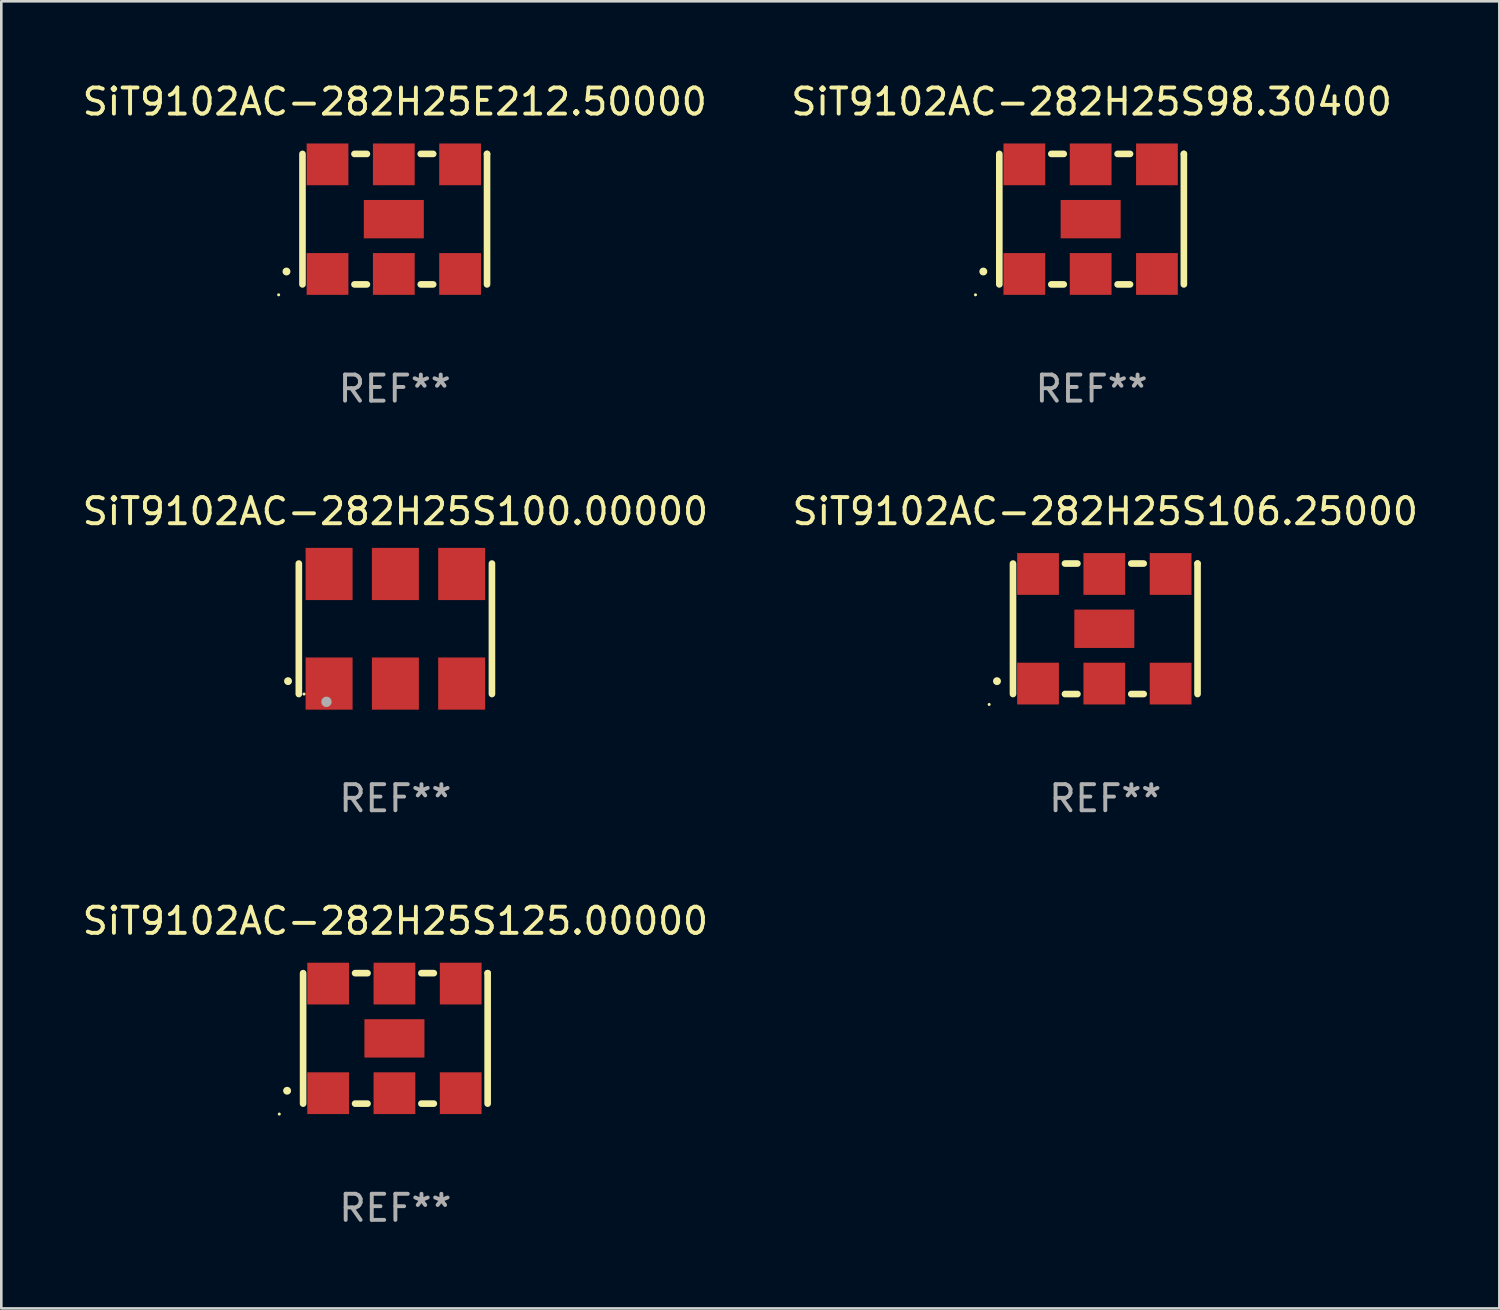
<source format=kicad_pcb>
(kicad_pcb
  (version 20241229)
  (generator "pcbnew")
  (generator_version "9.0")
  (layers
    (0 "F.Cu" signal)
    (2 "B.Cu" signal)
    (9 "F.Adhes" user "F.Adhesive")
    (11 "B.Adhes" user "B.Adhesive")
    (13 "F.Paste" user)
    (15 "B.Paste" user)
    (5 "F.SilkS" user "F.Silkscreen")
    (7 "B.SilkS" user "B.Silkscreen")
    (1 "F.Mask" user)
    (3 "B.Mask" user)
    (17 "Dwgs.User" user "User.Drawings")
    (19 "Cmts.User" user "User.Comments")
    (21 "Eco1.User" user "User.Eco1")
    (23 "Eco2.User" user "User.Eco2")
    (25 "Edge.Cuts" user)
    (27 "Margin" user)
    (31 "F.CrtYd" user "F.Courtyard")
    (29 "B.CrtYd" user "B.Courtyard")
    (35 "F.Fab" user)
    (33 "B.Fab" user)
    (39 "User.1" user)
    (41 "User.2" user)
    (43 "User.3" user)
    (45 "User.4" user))
  (footprint "SiT9102AC-282H25E212.50000"
    (layer "F.Cu")
    (at 12.077 5.348)
    (property "Reference" "SiT9102AC-282H25E212.50000" (at 0 -4.5 0) (layer "F.SilkS") (effects (font (size 1 1) (thickness 0.15))))
    (attr through_hole)
    (fp_line (start -3.536 -2.5) (end -3.536 2.5) (stroke (width 0.254) (type solid)) (layer "F.SilkS"))
    (fp_line (start -1.544 2.5) (end -1.067 2.5) (stroke (width 0.254) (type solid)) (layer "F.SilkS"))
    (fp_line (start -1.067 -2.5) (end -1.544 -2.5) (stroke (width 0.254) (type solid)) (layer "F.SilkS"))
    (fp_line (start 0.996 2.5) (end 1.473 2.5) (stroke (width 0.254) (type solid)) (layer "F.SilkS"))
    (fp_line (start 1.473 -2.5) (end 0.996 -2.5) (stroke (width 0.254) (type solid)) (layer "F.SilkS"))
    (fp_line (start 3.536 -2.5) (end 3.536 -2.5) (stroke (width 0.254) (type solid)) (layer "F.SilkS"))
    (fp_line (start 3.536 2.5) (end 3.536 -2.5) (stroke (width 0.254) (type solid)) (layer "F.SilkS"))
    (fp_arc (start -4.150432 2.006604) (mid -4.149162 2.006599) (end -4.147892 2.006604) (stroke (width 0.3) (type solid)) (layer "F.SilkS"))
    (fp_circle (center -4.449 2.9) (end -4.419 2.9) (stroke (width 0.06) (type solid)) (fill no) (layer "F.SilkS"))
    (fp_text user "REF**" (at 0 6.5 0) (layer "F.Fab") (effects (font (size 1 1) (thickness 0.15))))
    (pad "1" smd rect (at -2.576 2.1) (size 1.6 1.6) (layers "F.Cu" "F.Mask" "F.Paste"))
    (pad "2" smd rect (at -0.036 2.1) (size 1.6 1.6) (layers "F.Cu" "F.Mask" "F.Paste"))
    (pad "3" smd rect (at 2.504 2.1) (size 1.6 1.6) (layers "F.Cu" "F.Mask" "F.Paste"))
    (pad "4" smd rect (at 2.504 -2.1) (size 1.6 1.6) (layers "F.Cu" "F.Mask" "F.Paste"))
    (pad "5" smd rect (at -0.036 -2.1) (size 1.6 1.6) (layers "F.Cu" "F.Mask" "F.Paste"))
    (pad "6" smd rect (at -2.576 -2.1) (size 1.6 1.6) (layers "F.Cu" "F.Mask" "F.Paste"))
    (pad "7" smd rect (at -0.036 0) (size 2.3 1.47) (layers "F.Cu" "F.Mask" "F.Paste")))
  (footprint "SiT9102AC-282H25S106.25000"
    (layer "F.Cu")
    (at 39.304 21.045)
    (property "Reference" "SiT9102AC-282H25S106.25000" (at 0 -4.5 0) (layer "F.SilkS") (effects (font (size 1 1) (thickness 0.15))))
    (attr through_hole)
    (fp_line (start -3.536 -2.5) (end -3.536 2.5) (stroke (width 0.254) (type solid)) (layer "F.SilkS"))
    (fp_line (start -1.544 2.5) (end -1.067 2.5) (stroke (width 0.254) (type solid)) (layer "F.SilkS"))
    (fp_line (start -1.067 -2.5) (end -1.544 -2.5) (stroke (width 0.254) (type solid)) (layer "F.SilkS"))
    (fp_line (start 0.996 2.5) (end 1.473 2.5) (stroke (width 0.254) (type solid)) (layer "F.SilkS"))
    (fp_line (start 1.473 -2.5) (end 0.996 -2.5) (stroke (width 0.254) (type solid)) (layer "F.SilkS"))
    (fp_line (start 3.536 -2.5) (end 3.536 -2.5) (stroke (width 0.254) (type solid)) (layer "F.SilkS"))
    (fp_line (start 3.536 2.5) (end 3.536 -2.5) (stroke (width 0.254) (type solid)) (layer "F.SilkS"))
    (fp_arc (start -4.150432 2.006604) (mid -4.149162 2.006599) (end -4.147892 2.006604) (stroke (width 0.3) (type solid)) (layer "F.SilkS"))
    (fp_circle (center -4.449 2.9) (end -4.419 2.9) (stroke (width 0.06) (type solid)) (fill no) (layer "F.SilkS"))
    (fp_text user "REF**" (at 0 6.5 0) (layer "F.Fab") (effects (font (size 1 1) (thickness 0.15))))
    (pad "1" smd rect (at -2.576 2.1) (size 1.6 1.6) (layers "F.Cu" "F.Mask" "F.Paste"))
    (pad "2" smd rect (at -0.036 2.1) (size 1.6 1.6) (layers "F.Cu" "F.Mask" "F.Paste"))
    (pad "3" smd rect (at 2.504 2.1) (size 1.6 1.6) (layers "F.Cu" "F.Mask" "F.Paste"))
    (pad "4" smd rect (at 2.504 -2.1) (size 1.6 1.6) (layers "F.Cu" "F.Mask" "F.Paste"))
    (pad "5" smd rect (at -0.036 -2.1) (size 1.6 1.6) (layers "F.Cu" "F.Mask" "F.Paste"))
    (pad "6" smd rect (at -2.576 -2.1) (size 1.6 1.6) (layers "F.Cu" "F.Mask" "F.Paste"))
    (pad "7" smd rect (at -0.036 0) (size 2.3 1.47) (layers "F.Cu" "F.Mask" "F.Paste")))
  (footprint "SiT9102AC-282H25S100.00000"
    (layer "F.Cu")
    (at 12.101 21.045)
    (property "Reference" "SiT9102AC-282H25S100.00000" (at 0 -4.5 0) (layer "F.SilkS") (effects (font (size 1 1) (thickness 0.15))))
    (attr through_hole)
    (fp_line (start -3.7 -2.5) (end -3.7 2.5) (stroke (width 0.254) (type solid)) (layer "F.SilkS"))
    (fp_line (start 3.7 -2.5) (end 3.7 2.5) (stroke (width 0.254) (type solid)) (layer "F.SilkS"))
    (fp_arc (start -4.114415 2.006604) (mid -4.113145 2.006599) (end -4.111875 2.006604) (stroke (width 0.3) (type solid)) (layer "F.SilkS"))
    (fp_circle (center -3.5 2.501) (end -3.47 2.501) (stroke (width 0.06) (type solid)) (fill no) (layer "F.SilkS"))
    (fp_circle (center -2.641 2.799) (end -2.541 2.799) (stroke (width 0.2) (type solid)) (fill no) (layer "F.Fab"))
    (fp_text user "REF**" (at 0 6.5 0) (layer "F.Fab") (effects (font (size 1 1) (thickness 0.15))))
    (pad "1" smd rect (at -2.54 2.1) (size 1.8 2) (layers "F.Cu" "F.Mask" "F.Paste"))
    (pad "2" smd rect (at 0.000394 2.1) (size 1.8 2) (layers "F.Cu" "F.Mask" "F.Paste"))
    (pad "3" smd rect (at 2.54 2.1) (size 1.8 2) (layers "F.Cu" "F.Mask" "F.Paste"))
    (pad "4" smd rect (at 2.54 -2.1) (size 1.8 2) (layers "F.Cu" "F.Mask" "F.Paste"))
    (pad "5" smd rect (at 0.000394 -2.1) (size 1.8 2) (layers "F.Cu" "F.Mask" "F.Paste"))
    (pad "6" smd rect (at -2.54 -2.1) (size 1.8 2) (layers "F.Cu" "F.Mask" "F.Paste")))
  (footprint "SiT9102AC-282H25S98.30400"
    (layer "F.Cu")
    (at 38.78 5.348)
    (property "Reference" "SiT9102AC-282H25S98.30400" (at 0 -4.5 0) (layer "F.SilkS") (effects (font (size 1 1) (thickness 0.15))))
    (attr through_hole)
    (fp_line (start -3.536 -2.5) (end -3.536 2.5) (stroke (width 0.254) (type solid)) (layer "F.SilkS"))
    (fp_line (start -1.544 2.5) (end -1.067 2.5) (stroke (width 0.254) (type solid)) (layer "F.SilkS"))
    (fp_line (start -1.067 -2.5) (end -1.544 -2.5) (stroke (width 0.254) (type solid)) (layer "F.SilkS"))
    (fp_line (start 0.996 2.5) (end 1.473 2.5) (stroke (width 0.254) (type solid)) (layer "F.SilkS"))
    (fp_line (start 1.473 -2.5) (end 0.996 -2.5) (stroke (width 0.254) (type solid)) (layer "F.SilkS"))
    (fp_line (start 3.536 -2.5) (end 3.536 -2.5) (stroke (width 0.254) (type solid)) (layer "F.SilkS"))
    (fp_line (start 3.536 2.5) (end 3.536 -2.5) (stroke (width 0.254) (type solid)) (layer "F.SilkS"))
    (fp_arc (start -4.150432 2.006604) (mid -4.149162 2.006599) (end -4.147892 2.006604) (stroke (width 0.3) (type solid)) (layer "F.SilkS"))
    (fp_circle (center -4.449 2.9) (end -4.419 2.9) (stroke (width 0.06) (type solid)) (fill no) (layer "F.SilkS"))
    (fp_text user "REF**" (at 0 6.5 0) (layer "F.Fab") (effects (font (size 1 1) (thickness 0.15))))
    (pad "1" smd rect (at -2.576 2.1) (size 1.6 1.6) (layers "F.Cu" "F.Mask" "F.Paste"))
    (pad "2" smd rect (at -0.036 2.1) (size 1.6 1.6) (layers "F.Cu" "F.Mask" "F.Paste"))
    (pad "3" smd rect (at 2.504 2.1) (size 1.6 1.6) (layers "F.Cu" "F.Mask" "F.Paste"))
    (pad "4" smd rect (at 2.504 -2.1) (size 1.6 1.6) (layers "F.Cu" "F.Mask" "F.Paste"))
    (pad "5" smd rect (at -0.036 -2.1) (size 1.6 1.6) (layers "F.Cu" "F.Mask" "F.Paste"))
    (pad "6" smd rect (at -2.576 -2.1) (size 1.6 1.6) (layers "F.Cu" "F.Mask" "F.Paste"))
    (pad "7" smd rect (at -0.036 0) (size 2.3 1.47) (layers "F.Cu" "F.Mask" "F.Paste")))
  (footprint "SiT9102AC-282H25S125.00000"
    (layer "F.Cu")
    (at 12.101 36.741)
    (property "Reference" "SiT9102AC-282H25S125.00000" (at 0 -4.5 0) (layer "F.SilkS") (effects (font (size 1 1) (thickness 0.15))))
    (attr through_hole)
    (fp_line (start -3.536 -2.5) (end -3.536 2.5) (stroke (width 0.254) (type solid)) (layer "F.SilkS"))
    (fp_line (start -1.544 2.5) (end -1.067 2.5) (stroke (width 0.254) (type solid)) (layer "F.SilkS"))
    (fp_line (start -1.067 -2.5) (end -1.544 -2.5) (stroke (width 0.254) (type solid)) (layer "F.SilkS"))
    (fp_line (start 0.996 2.5) (end 1.473 2.5) (stroke (width 0.254) (type solid)) (layer "F.SilkS"))
    (fp_line (start 1.473 -2.5) (end 0.996 -2.5) (stroke (width 0.254) (type solid)) (layer "F.SilkS"))
    (fp_line (start 3.536 -2.5) (end 3.536 -2.5) (stroke (width 0.254) (type solid)) (layer "F.SilkS"))
    (fp_line (start 3.536 2.5) (end 3.536 -2.5) (stroke (width 0.254) (type solid)) (layer "F.SilkS"))
    (fp_arc (start -4.150432 2.006604) (mid -4.149162 2.006599) (end -4.147892 2.006604) (stroke (width 0.3) (type solid)) (layer "F.SilkS"))
    (fp_circle (center -4.449 2.9) (end -4.419 2.9) (stroke (width 0.06) (type solid)) (fill no) (layer "F.SilkS"))
    (fp_text user "REF**" (at 0 6.5 0) (layer "F.Fab") (effects (font (size 1 1) (thickness 0.15))))
    (pad "1" smd rect (at -2.576 2.1) (size 1.6 1.6) (layers "F.Cu" "F.Mask" "F.Paste"))
    (pad "2" smd rect (at -0.036 2.1) (size 1.6 1.6) (layers "F.Cu" "F.Mask" "F.Paste"))
    (pad "3" smd rect (at 2.504 2.1) (size 1.6 1.6) (layers "F.Cu" "F.Mask" "F.Paste"))
    (pad "4" smd rect (at 2.504 -2.1) (size 1.6 1.6) (layers "F.Cu" "F.Mask" "F.Paste"))
    (pad "5" smd rect (at -0.036 -2.1) (size 1.6 1.6) (layers "F.Cu" "F.Mask" "F.Paste"))
    (pad "6" smd rect (at -2.576 -2.1) (size 1.6 1.6) (layers "F.Cu" "F.Mask" "F.Paste"))
    (pad "7" smd rect (at -0.036 0) (size 2.3 1.47) (layers "F.Cu" "F.Mask" "F.Paste")))
  (gr_rect
    (start -3 -3)
    (end 54.405 47.09)
    (stroke (width 0.1) (type default))
    (fill no)
    (layer "Edge.Cuts")))
</source>
